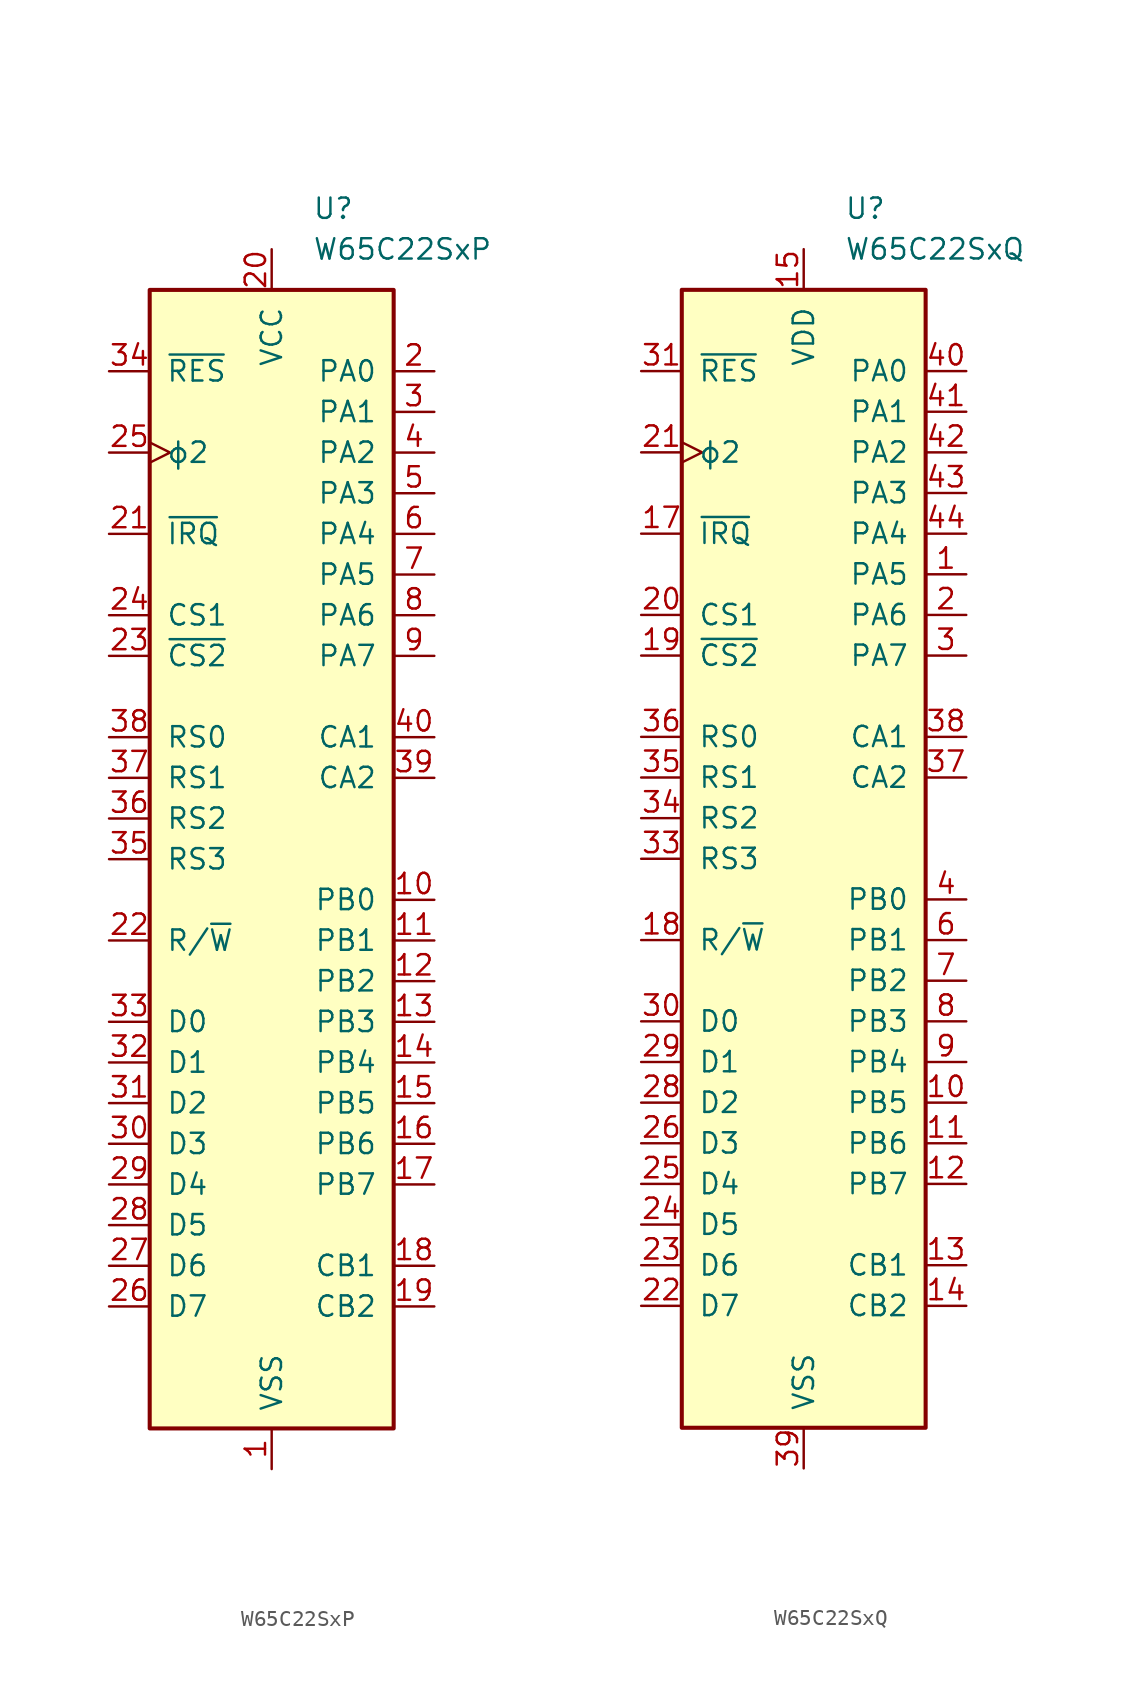
<source format=kicad_sym>
(kicad_symbol_lib
  (version 20211014)
  (generator kicad_symbol_editor)
  (symbol "W65C22SxP"
    (pin_names
      (offset 1.016))
    (property "Reference" "U"
      (at 2.54 40.64 0)
      (effects (font (size 1.27 1.27)) (justify left)))
    (property "Value" "W65C22SxP"
      (at 2.54 38.1 0)
      (effects (font (size 1.27 1.27)) (justify left)))
    (symbol "W65C22SxP_0_1"
      (rectangle (start -7.62 35.56) (end 7.62 -35.56) (stroke (width 0.254) (type default) (color 0 0 0 0)) (fill (type background))))
    (symbol "W65C22SxP_1_1"
      (pin power_in line (at 0 -38.1 90) (length 2.54) (name "VSS" (effects (font (size 1.27 1.27)))) (number "1" (effects (font (size 1.27 1.27)))))
      (pin bidirectional line (at 10.16 -2.54 180) (length 2.54) (name "PB0" (effects (font (size 1.27 1.27)))) (number "10" (effects (font (size 1.27 1.27)))))
      (pin bidirectional line (at 10.16 -5.08 180) (length 2.54) (name "PB1" (effects (font (size 1.27 1.27)))) (number "11" (effects (font (size 1.27 1.27)))))
      (pin bidirectional line (at 10.16 -7.62 180) (length 2.54) (name "PB2" (effects (font (size 1.27 1.27)))) (number "12" (effects (font (size 1.27 1.27)))))
      (pin bidirectional line (at 10.16 -10.16 180) (length 2.54) (name "PB3" (effects (font (size 1.27 1.27)))) (number "13" (effects (font (size 1.27 1.27)))))
      (pin bidirectional line (at 10.16 -12.7 180) (length 2.54) (name "PB4" (effects (font (size 1.27 1.27)))) (number "14" (effects (font (size 1.27 1.27)))))
      (pin bidirectional line (at 10.16 -15.24 180) (length 2.54) (name "PB5" (effects (font (size 1.27 1.27)))) (number "15" (effects (font (size 1.27 1.27)))))
      (pin bidirectional line (at 10.16 -17.78 180) (length 2.54) (name "PB6" (effects (font (size 1.27 1.27)))) (number "16" (effects (font (size 1.27 1.27)))))
      (pin bidirectional line (at 10.16 -20.32 180) (length 2.54) (name "PB7" (effects (font (size 1.27 1.27)))) (number "17" (effects (font (size 1.27 1.27)))))
      (pin input line (at 10.16 -25.4 180) (length 2.54) (name "CB1" (effects (font (size 1.27 1.27)))) (number "18" (effects (font (size 1.27 1.27)))))
      (pin bidirectional line (at 10.16 -27.94 180) (length 2.54) (name "CB2" (effects (font (size 1.27 1.27)))) (number "19" (effects (font (size 1.27 1.27)))))
      (pin bidirectional line (at 10.16 30.48 180) (length 2.54) (name "PA0" (effects (font (size 1.27 1.27)))) (number "2" (effects (font (size 1.27 1.27)))))
      (pin power_in line (at 0 38.1 270) (length 2.54) (name "VCC" (effects (font (size 1.27 1.27)))) (number "20" (effects (font (size 1.27 1.27)))))
      (pin output line (at -10.16 20.32 0) (length 2.54) (name "~{IRQ}" (effects (font (size 1.27 1.27)))) (number "21" (effects (font (size 1.27 1.27)))))
      (pin input line (at -10.16 -5.08 0) (length 2.54) (name "R/~{W}" (effects (font (size 1.27 1.27)))) (number "22" (effects (font (size 1.27 1.27)))))
      (pin input line (at -10.16 12.7 0) (length 2.54) (name "~{CS2}" (effects (font (size 1.27 1.27)))) (number "23" (effects (font (size 1.27 1.27)))))
      (pin input line (at -10.16 15.24 0) (length 2.54) (name "CS1" (effects (font (size 1.27 1.27)))) (number "24" (effects (font (size 1.27 1.27)))))
      (pin input clock (at -10.16 25.4 0) (length 2.54) (name "ϕ2" (effects (font (size 1.27 1.27)))) (number "25" (effects (font (size 1.27 1.27)))))
      (pin bidirectional line (at -10.16 -27.94 0) (length 2.54) (name "D7" (effects (font (size 1.27 1.27)))) (number "26" (effects (font (size 1.27 1.27)))))
      (pin bidirectional line (at -10.16 -25.4 0) (length 2.54) (name "D6" (effects (font (size 1.27 1.27)))) (number "27" (effects (font (size 1.27 1.27)))))
      (pin bidirectional line (at -10.16 -22.86 0) (length 2.54) (name "D5" (effects (font (size 1.27 1.27)))) (number "28" (effects (font (size 1.27 1.27)))))
      (pin bidirectional line (at -10.16 -20.32 0) (length 2.54) (name "D4" (effects (font (size 1.27 1.27)))) (number "29" (effects (font (size 1.27 1.27)))))
      (pin bidirectional line (at 10.16 27.94 180) (length 2.54) (name "PA1" (effects (font (size 1.27 1.27)))) (number "3" (effects (font (size 1.27 1.27)))))
      (pin bidirectional line (at -10.16 -17.78 0) (length 2.54) (name "D3" (effects (font (size 1.27 1.27)))) (number "30" (effects (font (size 1.27 1.27)))))
      (pin bidirectional line (at -10.16 -15.24 0) (length 2.54) (name "D2" (effects (font (size 1.27 1.27)))) (number "31" (effects (font (size 1.27 1.27)))))
      (pin bidirectional line (at -10.16 -12.7 0) (length 2.54) (name "D1" (effects (font (size 1.27 1.27)))) (number "32" (effects (font (size 1.27 1.27)))))
      (pin bidirectional line (at -10.16 -10.16 0) (length 2.54) (name "D0" (effects (font (size 1.27 1.27)))) (number "33" (effects (font (size 1.27 1.27)))))
      (pin input line (at -10.16 30.48 0) (length 2.54) (name "~{RES}" (effects (font (size 1.27 1.27)))) (number "34" (effects (font (size 1.27 1.27)))))
      (pin input line (at -10.16 0 0) (length 2.54) (name "RS3" (effects (font (size 1.27 1.27)))) (number "35" (effects (font (size 1.27 1.27)))))
      (pin input line (at -10.16 2.54 0) (length 2.54) (name "RS2" (effects (font (size 1.27 1.27)))) (number "36" (effects (font (size 1.27 1.27)))))
      (pin input line (at -10.16 5.08 0) (length 2.54) (name "RS1" (effects (font (size 1.27 1.27)))) (number "37" (effects (font (size 1.27 1.27)))))
      (pin input line (at -10.16 7.62 0) (length 2.54) (name "RS0" (effects (font (size 1.27 1.27)))) (number "38" (effects (font (size 1.27 1.27)))))
      (pin bidirectional line (at 10.16 5.08 180) (length 2.54) (name "CA2" (effects (font (size 1.27 1.27)))) (number "39" (effects (font (size 1.27 1.27)))))
      (pin bidirectional line (at 10.16 25.4 180) (length 2.54) (name "PA2" (effects (font (size 1.27 1.27)))) (number "4" (effects (font (size 1.27 1.27)))))
      (pin input line (at 10.16 7.62 180) (length 2.54) (name "CA1" (effects (font (size 1.27 1.27)))) (number "40" (effects (font (size 1.27 1.27)))))
      (pin bidirectional line (at 10.16 22.86 180) (length 2.54) (name "PA3" (effects (font (size 1.27 1.27)))) (number "5" (effects (font (size 1.27 1.27)))))
      (pin bidirectional line (at 10.16 20.32 180) (length 2.54) (name "PA4" (effects (font (size 1.27 1.27)))) (number "6" (effects (font (size 1.27 1.27)))))
      (pin bidirectional line (at 10.16 17.78 180) (length 2.54) (name "PA5" (effects (font (size 1.27 1.27)))) (number "7" (effects (font (size 1.27 1.27)))))
      (pin bidirectional line (at 10.16 15.24 180) (length 2.54) (name "PA6" (effects (font (size 1.27 1.27)))) (number "8" (effects (font (size 1.27 1.27)))))
      (pin bidirectional line (at 10.16 12.7 180) (length 2.54) (name "PA7" (effects (font (size 1.27 1.27)))) (number "9" (effects (font (size 1.27 1.27)))))))
  (symbol "W65C22SxQ"
    (pin_names
      (offset 1.016))
    (property "Reference" "U"
      (at 2.54 40.64 0)
      (effects (font (size 1.27 1.27)) (justify left)))
    (property "Value" "W65C22SxQ"
      (at 2.54 38.1 0)
      (effects (font (size 1.27 1.27)) (justify left)))
    (symbol "W65C22SxQ_0_1"
      (rectangle (start -7.62 35.56) (end 7.62 -35.56) (stroke (width 0.254) (type default) (color 0 0 0 0)) (fill (type background))))
    (symbol "W65C22SxQ_1_1"
      (pin bidirectional line (at 10.16 17.78 180) (length 2.54) (name "PA5" (effects (font (size 1.27 1.27)))) (number "1" (effects (font (size 1.27 1.27)))))
      (pin bidirectional line (at 10.16 -15.24 180) (length 2.54) (name "PB5" (effects (font (size 1.27 1.27)))) (number "10" (effects (font (size 1.27 1.27)))))
      (pin bidirectional line (at 10.16 -17.78 180) (length 2.54) (name "PB6" (effects (font (size 1.27 1.27)))) (number "11" (effects (font (size 1.27 1.27)))))
      (pin bidirectional line (at 10.16 -20.32 180) (length 2.54) (name "PB7" (effects (font (size 1.27 1.27)))) (number "12" (effects (font (size 1.27 1.27)))))
      (pin input line (at 10.16 -25.4 180) (length 2.54) (name "CB1" (effects (font (size 1.27 1.27)))) (number "13" (effects (font (size 1.27 1.27)))))
      (pin bidirectional line (at 10.16 -27.94 180) (length 2.54) (name "CB2" (effects (font (size 1.27 1.27)))) (number "14" (effects (font (size 1.27 1.27)))))
      (pin power_in line (at 0 38.1 270) (length 2.54) (name "VDD" (effects (font (size 1.27 1.27)))) (number "15" (effects (font (size 1.27 1.27)))))
      (pin no_connect non_logic (at -7.62 10.16 0) (length 2.54) hide (name "nc" (effects (font (size 1.27 1.27)))) (number "16" (effects (font (size 1.27 1.27)))))
      (pin output line (at -10.16 20.32 0) (length 2.54) (name "~{IRQ}" (effects (font (size 1.27 1.27)))) (number "17" (effects (font (size 1.27 1.27)))))
      (pin input line (at -10.16 -5.08 0) (length 2.54) (name "R/~{W}" (effects (font (size 1.27 1.27)))) (number "18" (effects (font (size 1.27 1.27)))))
      (pin input line (at -10.16 12.7 0) (length 2.54) (name "~{CS2}" (effects (font (size 1.27 1.27)))) (number "19" (effects (font (size 1.27 1.27)))))
      (pin bidirectional line (at 10.16 15.24 180) (length 2.54) (name "PA6" (effects (font (size 1.27 1.27)))) (number "2" (effects (font (size 1.27 1.27)))))
      (pin input line (at -10.16 15.24 0) (length 2.54) (name "CS1" (effects (font (size 1.27 1.27)))) (number "20" (effects (font (size 1.27 1.27)))))
      (pin input clock (at -10.16 25.4 0) (length 2.54) (name "ϕ2" (effects (font (size 1.27 1.27)))) (number "21" (effects (font (size 1.27 1.27)))))
      (pin bidirectional line (at -10.16 -27.94 0) (length 2.54) (name "D7" (effects (font (size 1.27 1.27)))) (number "22" (effects (font (size 1.27 1.27)))))
      (pin bidirectional line (at -10.16 -25.4 0) (length 2.54) (name "D6" (effects (font (size 1.27 1.27)))) (number "23" (effects (font (size 1.27 1.27)))))
      (pin bidirectional line (at -10.16 -22.86 0) (length 2.54) (name "D5" (effects (font (size 1.27 1.27)))) (number "24" (effects (font (size 1.27 1.27)))))
      (pin bidirectional line (at -10.16 -20.32 0) (length 2.54) (name "D4" (effects (font (size 1.27 1.27)))) (number "25" (effects (font (size 1.27 1.27)))))
      (pin bidirectional line (at -10.16 -17.78 0) (length 2.54) (name "D3" (effects (font (size 1.27 1.27)))) (number "26" (effects (font (size 1.27 1.27)))))
      (pin no_connect non_logic (at -7.62 -7.62 0) (length 2.54) hide (name "nc" (effects (font (size 1.27 1.27)))) (number "27" (effects (font (size 1.27 1.27)))))
      (pin bidirectional line (at -10.16 -15.24 0) (length 2.54) (name "D2" (effects (font (size 1.27 1.27)))) (number "28" (effects (font (size 1.27 1.27)))))
      (pin bidirectional line (at -10.16 -12.7 0) (length 2.54) (name "D1" (effects (font (size 1.27 1.27)))) (number "29" (effects (font (size 1.27 1.27)))))
      (pin bidirectional line (at 10.16 12.7 180) (length 2.54) (name "PA7" (effects (font (size 1.27 1.27)))) (number "3" (effects (font (size 1.27 1.27)))))
      (pin bidirectional line (at -10.16 -10.16 0) (length 2.54) (name "D0" (effects (font (size 1.27 1.27)))) (number "30" (effects (font (size 1.27 1.27)))))
      (pin input line (at -10.16 30.48 0) (length 2.54) (name "~{RES}" (effects (font (size 1.27 1.27)))) (number "31" (effects (font (size 1.27 1.27)))))
      (pin no_connect non_logic (at -7.62 -30.48 0) (length 2.54) hide (name "nc" (effects (font (size 1.27 1.27)))) (number "32" (effects (font (size 1.27 1.27)))))
      (pin input line (at -10.16 0 0) (length 2.54) (name "RS3" (effects (font (size 1.27 1.27)))) (number "33" (effects (font (size 1.27 1.27)))))
      (pin input line (at -10.16 2.54 0) (length 2.54) (name "RS2" (effects (font (size 1.27 1.27)))) (number "34" (effects (font (size 1.27 1.27)))))
      (pin input line (at -10.16 5.08 0) (length 2.54) (name "RS1" (effects (font (size 1.27 1.27)))) (number "35" (effects (font (size 1.27 1.27)))))
      (pin input line (at -10.16 7.62 0) (length 2.54) (name "RS0" (effects (font (size 1.27 1.27)))) (number "36" (effects (font (size 1.27 1.27)))))
      (pin bidirectional line (at 10.16 5.08 180) (length 2.54) (name "CA2" (effects (font (size 1.27 1.27)))) (number "37" (effects (font (size 1.27 1.27)))))
      (pin input line (at 10.16 7.62 180) (length 2.54) (name "CA1" (effects (font (size 1.27 1.27)))) (number "38" (effects (font (size 1.27 1.27)))))
      (pin power_in line (at 0 -38.1 90) (length 2.54) (name "VSS" (effects (font (size 1.27 1.27)))) (number "39" (effects (font (size 1.27 1.27)))))
      (pin bidirectional line (at 10.16 -2.54 180) (length 2.54) (name "PB0" (effects (font (size 1.27 1.27)))) (number "4" (effects (font (size 1.27 1.27)))))
      (pin bidirectional line (at 10.16 30.48 180) (length 2.54) (name "PA0" (effects (font (size 1.27 1.27)))) (number "40" (effects (font (size 1.27 1.27)))))
      (pin bidirectional line (at 10.16 27.94 180) (length 2.54) (name "PA1" (effects (font (size 1.27 1.27)))) (number "41" (effects (font (size 1.27 1.27)))))
      (pin bidirectional line (at 10.16 25.4 180) (length 2.54) (name "PA2" (effects (font (size 1.27 1.27)))) (number "42" (effects (font (size 1.27 1.27)))))
      (pin bidirectional line (at 10.16 22.86 180) (length 2.54) (name "PA3" (effects (font (size 1.27 1.27)))) (number "43" (effects (font (size 1.27 1.27)))))
      (pin bidirectional line (at 10.16 20.32 180) (length 2.54) (name "PA4" (effects (font (size 1.27 1.27)))) (number "44" (effects (font (size 1.27 1.27)))))
      (pin no_connect non_logic (at -7.62 22.86 0) (length 2.54) hide (name "nc" (effects (font (size 1.27 1.27)))) (number "5" (effects (font (size 1.27 1.27)))))
      (pin bidirectional line (at 10.16 -5.08 180) (length 2.54) (name "PB1" (effects (font (size 1.27 1.27)))) (number "6" (effects (font (size 1.27 1.27)))))
      (pin bidirectional line (at 10.16 -7.62 180) (length 2.54) (name "PB2" (effects (font (size 1.27 1.27)))) (number "7" (effects (font (size 1.27 1.27)))))
      (pin bidirectional line (at 10.16 -10.16 180) (length 2.54) (name "PB3" (effects (font (size 1.27 1.27)))) (number "8" (effects (font (size 1.27 1.27)))))
      (pin bidirectional line (at 10.16 -12.7 180) (length 2.54) (name "PB4" (effects (font (size 1.27 1.27)))) (number "9" (effects (font (size 1.27 1.27))))))))
</source>
